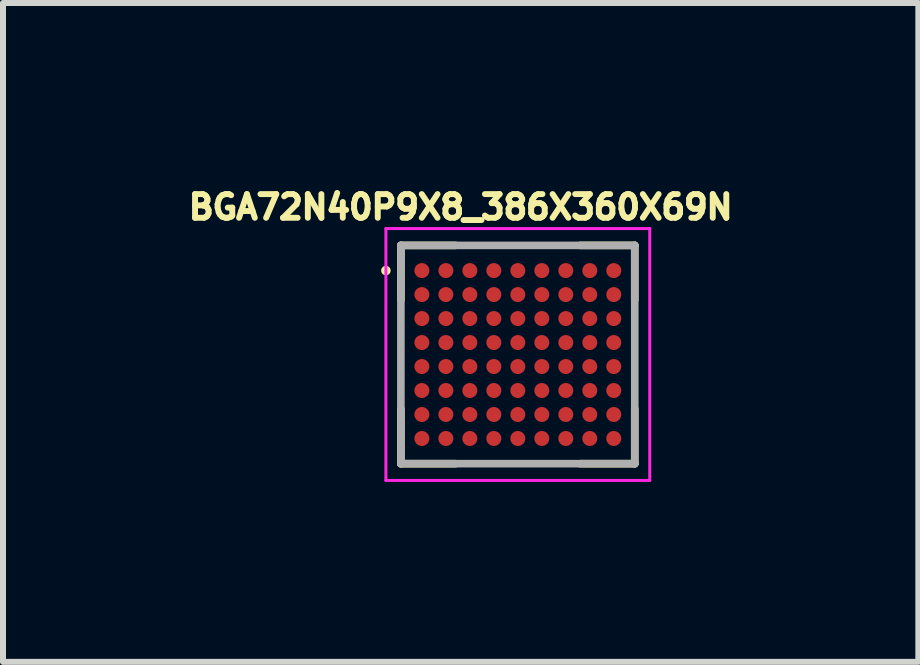
<source format=kicad_pcb>
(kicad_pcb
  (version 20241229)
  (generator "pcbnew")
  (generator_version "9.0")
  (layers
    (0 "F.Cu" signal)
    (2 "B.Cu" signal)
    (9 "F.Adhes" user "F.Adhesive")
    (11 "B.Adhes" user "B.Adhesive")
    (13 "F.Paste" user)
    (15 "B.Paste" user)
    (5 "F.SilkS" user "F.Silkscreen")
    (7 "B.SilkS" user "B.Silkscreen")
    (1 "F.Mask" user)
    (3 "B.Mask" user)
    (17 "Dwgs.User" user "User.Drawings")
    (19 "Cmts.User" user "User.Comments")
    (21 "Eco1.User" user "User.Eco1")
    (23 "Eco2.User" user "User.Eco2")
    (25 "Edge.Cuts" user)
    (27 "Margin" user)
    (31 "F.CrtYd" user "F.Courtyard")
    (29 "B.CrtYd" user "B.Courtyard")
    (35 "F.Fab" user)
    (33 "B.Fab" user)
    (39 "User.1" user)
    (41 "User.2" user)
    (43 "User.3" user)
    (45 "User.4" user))
  (footprint "BGA72N40P9X8_386X360X69N"
    (layer "F.Cu")
    (at 5.585 2.862)
    (property "Reference" "BGA72N40P9X8_386X360X69N" (at -0.953 -2.458 0) (layer "F.SilkS") (effects (font (size 0.395 0.395) (thickness 0.15))))
    (attr smd)
    (fp_line (start -1.95 -1.82) (end -1.95 -0.91) (stroke (width 0.127) (type solid)) (layer "F.SilkS"))
    (fp_line (start -1.95 1.82) (end -1.95 0.91) (stroke (width 0.127) (type solid)) (layer "F.SilkS"))
    (fp_line (start -1.04 -1.82) (end -1.95 -1.82) (stroke (width 0.127) (type solid)) (layer "F.SilkS"))
    (fp_line (start -1.04 1.82) (end -1.95 1.82) (stroke (width 0.127) (type solid)) (layer "F.SilkS"))
    (fp_line (start 1.95 -1.82) (end 1.04 -1.82) (stroke (width 0.127) (type solid)) (layer "F.SilkS"))
    (fp_line (start 1.95 -1.82) (end 1.95 -0.91) (stroke (width 0.127) (type solid)) (layer "F.SilkS"))
    (fp_line (start 1.95 1.82) (end 1.04 1.82) (stroke (width 0.127) (type solid)) (layer "F.SilkS"))
    (fp_line (start 1.95 1.82) (end 1.95 0.91) (stroke (width 0.127) (type solid)) (layer "F.SilkS"))
    (fp_circle (center -2.2 -1.4) (end -2.16 -1.4) (stroke (width 0.08) (type solid)) (fill no) (layer "F.SilkS"))
    (fp_line (start -2.2 -2.1) (end -2.2 2.1) (stroke (width 0.05) (type solid)) (layer "F.CrtYd"))
    (fp_line (start -2.2 2.1) (end 2.2 2.1) (stroke (width 0.05) (type solid)) (layer "F.CrtYd"))
    (fp_line (start 2.2 -2.1) (end -2.2 -2.1) (stroke (width 0.05) (type solid)) (layer "F.CrtYd"))
    (fp_line (start 2.2 2.1) (end 2.2 -2.1) (stroke (width 0.05) (type solid)) (layer "F.CrtYd"))
    (fp_line (start -1.95 -1.82) (end -1.95 1.82) (stroke (width 0.127) (type solid)) (layer "F.Fab"))
    (fp_line (start -1.95 1.82) (end 1.95 1.82) (stroke (width 0.127) (type solid)) (layer "F.Fab"))
    (fp_line (start 1.95 -1.82) (end -1.95 -1.82) (stroke (width 0.127) (type solid)) (layer "F.Fab"))
    (fp_line (start 1.95 1.82) (end 1.95 -1.82) (stroke (width 0.127) (type solid)) (layer "F.Fab"))
    (pad "A1" smd circle (at -1.6 -1.4) (size 0.25 0.25) (layers "F.Cu" "F.Mask" "F.Paste"))
    (pad "A2" smd circle (at -1.2 -1.4) (size 0.25 0.25) (layers "F.Cu" "F.Mask" "F.Paste"))
    (pad "A3" smd circle (at -0.8 -1.4) (size 0.25 0.25) (layers "F.Cu" "F.Mask" "F.Paste"))
    (pad "A4" smd circle (at -0.4 -1.4) (size 0.25 0.25) (layers "F.Cu" "F.Mask" "F.Paste"))
    (pad "A5" smd circle (at 0 -1.4) (size 0.25 0.25) (layers "F.Cu" "F.Mask" "F.Paste"))
    (pad "A6" smd circle (at 0.4 -1.4) (size 0.25 0.25) (layers "F.Cu" "F.Mask" "F.Paste"))
    (pad "A7" smd circle (at 0.8 -1.4) (size 0.25 0.25) (layers "F.Cu" "F.Mask" "F.Paste"))
    (pad "A8" smd circle (at 1.2 -1.4) (size 0.25 0.25) (layers "F.Cu" "F.Mask" "F.Paste"))
    (pad "A9" smd circle (at 1.6 -1.4) (size 0.25 0.25) (layers "F.Cu" "F.Mask" "F.Paste"))
    (pad "B1" smd circle (at -1.6 -1) (size 0.25 0.25) (layers "F.Cu" "F.Mask" "F.Paste"))
    (pad "B2" smd circle (at -1.2 -1) (size 0.25 0.25) (layers "F.Cu" "F.Mask" "F.Paste"))
    (pad "B3" smd circle (at -0.8 -1) (size 0.25 0.25) (layers "F.Cu" "F.Mask" "F.Paste"))
    (pad "B4" smd circle (at -0.4 -1) (size 0.25 0.25) (layers "F.Cu" "F.Mask" "F.Paste"))
    (pad "B5" smd circle (at 0 -1) (size 0.25 0.25) (layers "F.Cu" "F.Mask" "F.Paste"))
    (pad "B6" smd circle (at 0.4 -1) (size 0.25 0.25) (layers "F.Cu" "F.Mask" "F.Paste"))
    (pad "B7" smd circle (at 0.8 -1) (size 0.25 0.25) (layers "F.Cu" "F.Mask" "F.Paste"))
    (pad "B8" smd circle (at 1.2 -1) (size 0.25 0.25) (layers "F.Cu" "F.Mask" "F.Paste"))
    (pad "B9" smd circle (at 1.6 -1) (size 0.25 0.25) (layers "F.Cu" "F.Mask" "F.Paste"))
    (pad "C1" smd circle (at -1.6 -0.6) (size 0.25 0.25) (layers "F.Cu" "F.Mask" "F.Paste"))
    (pad "C2" smd circle (at -1.2 -0.6) (size 0.25 0.25) (layers "F.Cu" "F.Mask" "F.Paste"))
    (pad "C3" smd circle (at -0.8 -0.6) (size 0.25 0.25) (layers "F.Cu" "F.Mask" "F.Paste"))
    (pad "C4" smd circle (at -0.4 -0.6) (size 0.25 0.25) (layers "F.Cu" "F.Mask" "F.Paste"))
    (pad "C5" smd circle (at 0 -0.6) (size 0.25 0.25) (layers "F.Cu" "F.Mask" "F.Paste"))
    (pad "C6" smd circle (at 0.4 -0.6) (size 0.25 0.25) (layers "F.Cu" "F.Mask" "F.Paste"))
    (pad "C7" smd circle (at 0.8 -0.6) (size 0.25 0.25) (layers "F.Cu" "F.Mask" "F.Paste"))
    (pad "C8" smd circle (at 1.2 -0.6) (size 0.25 0.25) (layers "F.Cu" "F.Mask" "F.Paste"))
    (pad "C9" smd circle (at 1.6 -0.6) (size 0.25 0.25) (layers "F.Cu" "F.Mask" "F.Paste"))
    (pad "D1" smd circle (at -1.6 -0.2) (size 0.25 0.25) (layers "F.Cu" "F.Mask" "F.Paste"))
    (pad "D2" smd circle (at -1.2 -0.2) (size 0.25 0.25) (layers "F.Cu" "F.Mask" "F.Paste"))
    (pad "D3" smd circle (at -0.8 -0.2) (size 0.25 0.25) (layers "F.Cu" "F.Mask" "F.Paste"))
    (pad "D4" smd circle (at -0.4 -0.2) (size 0.25 0.25) (layers "F.Cu" "F.Mask" "F.Paste"))
    (pad "D5" smd circle (at 0 -0.2) (size 0.25 0.25) (layers "F.Cu" "F.Mask" "F.Paste"))
    (pad "D6" smd circle (at 0.4 -0.2) (size 0.25 0.25) (layers "F.Cu" "F.Mask" "F.Paste"))
    (pad "D7" smd circle (at 0.8 -0.2) (size 0.25 0.25) (layers "F.Cu" "F.Mask" "F.Paste"))
    (pad "D8" smd circle (at 1.2 -0.2) (size 0.25 0.25) (layers "F.Cu" "F.Mask" "F.Paste"))
    (pad "D9" smd circle (at 1.6 -0.2) (size 0.25 0.25) (layers "F.Cu" "F.Mask" "F.Paste"))
    (pad "E1" smd circle (at -1.6 0.2) (size 0.25 0.25) (layers "F.Cu" "F.Mask" "F.Paste"))
    (pad "E2" smd circle (at -1.2 0.2) (size 0.25 0.25) (layers "F.Cu" "F.Mask" "F.Paste"))
    (pad "E3" smd circle (at -0.8 0.2) (size 0.25 0.25) (layers "F.Cu" "F.Mask" "F.Paste"))
    (pad "E4" smd circle (at -0.4 0.2) (size 0.25 0.25) (layers "F.Cu" "F.Mask" "F.Paste"))
    (pad "E5" smd circle (at 0 0.2) (size 0.25 0.25) (layers "F.Cu" "F.Mask" "F.Paste"))
    (pad "E6" smd circle (at 0.4 0.2) (size 0.25 0.25) (layers "F.Cu" "F.Mask" "F.Paste"))
    (pad "E7" smd circle (at 0.8 0.2) (size 0.25 0.25) (layers "F.Cu" "F.Mask" "F.Paste"))
    (pad "E8" smd circle (at 1.2 0.2) (size 0.25 0.25) (layers "F.Cu" "F.Mask" "F.Paste"))
    (pad "E9" smd circle (at 1.6 0.2) (size 0.25 0.25) (layers "F.Cu" "F.Mask" "F.Paste"))
    (pad "F1" smd circle (at -1.6 0.6) (size 0.25 0.25) (layers "F.Cu" "F.Mask" "F.Paste"))
    (pad "F2" smd circle (at -1.2 0.6) (size 0.25 0.25) (layers "F.Cu" "F.Mask" "F.Paste"))
    (pad "F3" smd circle (at -0.8 0.6) (size 0.25 0.25) (layers "F.Cu" "F.Mask" "F.Paste"))
    (pad "F4" smd circle (at -0.4 0.6) (size 0.25 0.25) (layers "F.Cu" "F.Mask" "F.Paste"))
    (pad "F5" smd circle (at 0 0.6) (size 0.25 0.25) (layers "F.Cu" "F.Mask" "F.Paste"))
    (pad "F6" smd circle (at 0.4 0.6) (size 0.25 0.25) (layers "F.Cu" "F.Mask" "F.Paste"))
    (pad "F7" smd circle (at 0.8 0.6) (size 0.25 0.25) (layers "F.Cu" "F.Mask" "F.Paste"))
    (pad "F8" smd circle (at 1.2 0.6) (size 0.25 0.25) (layers "F.Cu" "F.Mask" "F.Paste"))
    (pad "F9" smd circle (at 1.6 0.6) (size 0.25 0.25) (layers "F.Cu" "F.Mask" "F.Paste"))
    (pad "G1" smd circle (at -1.6 1) (size 0.25 0.25) (layers "F.Cu" "F.Mask" "F.Paste"))
    (pad "G2" smd circle (at -1.2 1) (size 0.25 0.25) (layers "F.Cu" "F.Mask" "F.Paste"))
    (pad "G3" smd circle (at -0.8 1) (size 0.25 0.25) (layers "F.Cu" "F.Mask" "F.Paste"))
    (pad "G4" smd circle (at -0.4 1) (size 0.25 0.25) (layers "F.Cu" "F.Mask" "F.Paste"))
    (pad "G5" smd circle (at 0 1) (size 0.25 0.25) (layers "F.Cu" "F.Mask" "F.Paste"))
    (pad "G6" smd circle (at 0.4 1) (size 0.25 0.25) (layers "F.Cu" "F.Mask" "F.Paste"))
    (pad "G7" smd circle (at 0.8 1) (size 0.25 0.25) (layers "F.Cu" "F.Mask" "F.Paste"))
    (pad "G8" smd circle (at 1.2 1) (size 0.25 0.25) (layers "F.Cu" "F.Mask" "F.Paste"))
    (pad "G9" smd circle (at 1.6 1) (size 0.25 0.25) (layers "F.Cu" "F.Mask" "F.Paste"))
    (pad "H1" smd circle (at -1.6 1.4) (size 0.25 0.25) (layers "F.Cu" "F.Mask" "F.Paste"))
    (pad "H2" smd circle (at -1.2 1.4) (size 0.25 0.25) (layers "F.Cu" "F.Mask" "F.Paste"))
    (pad "H3" smd circle (at -0.8 1.4) (size 0.25 0.25) (layers "F.Cu" "F.Mask" "F.Paste"))
    (pad "H4" smd circle (at -0.4 1.4) (size 0.25 0.25) (layers "F.Cu" "F.Mask" "F.Paste"))
    (pad "H5" smd circle (at 0 1.4) (size 0.25 0.25) (layers "F.Cu" "F.Mask" "F.Paste"))
    (pad "H6" smd circle (at 0.4 1.4) (size 0.25 0.25) (layers "F.Cu" "F.Mask" "F.Paste"))
    (pad "H7" smd circle (at 0.8 1.4) (size 0.25 0.25) (layers "F.Cu" "F.Mask" "F.Paste"))
    (pad "H8" smd circle (at 1.2 1.4) (size 0.25 0.25) (layers "F.Cu" "F.Mask" "F.Paste"))
    (pad "H9" smd circle (at 1.6 1.4) (size 0.25 0.25) (layers "F.Cu" "F.Mask" "F.Paste")))
  (gr_rect
    (start -3 -3)
    (end 12.264 7.987)
    (stroke (width 0.1) (type default))
    (fill no)
    (layer "Edge.Cuts")))
</source>
